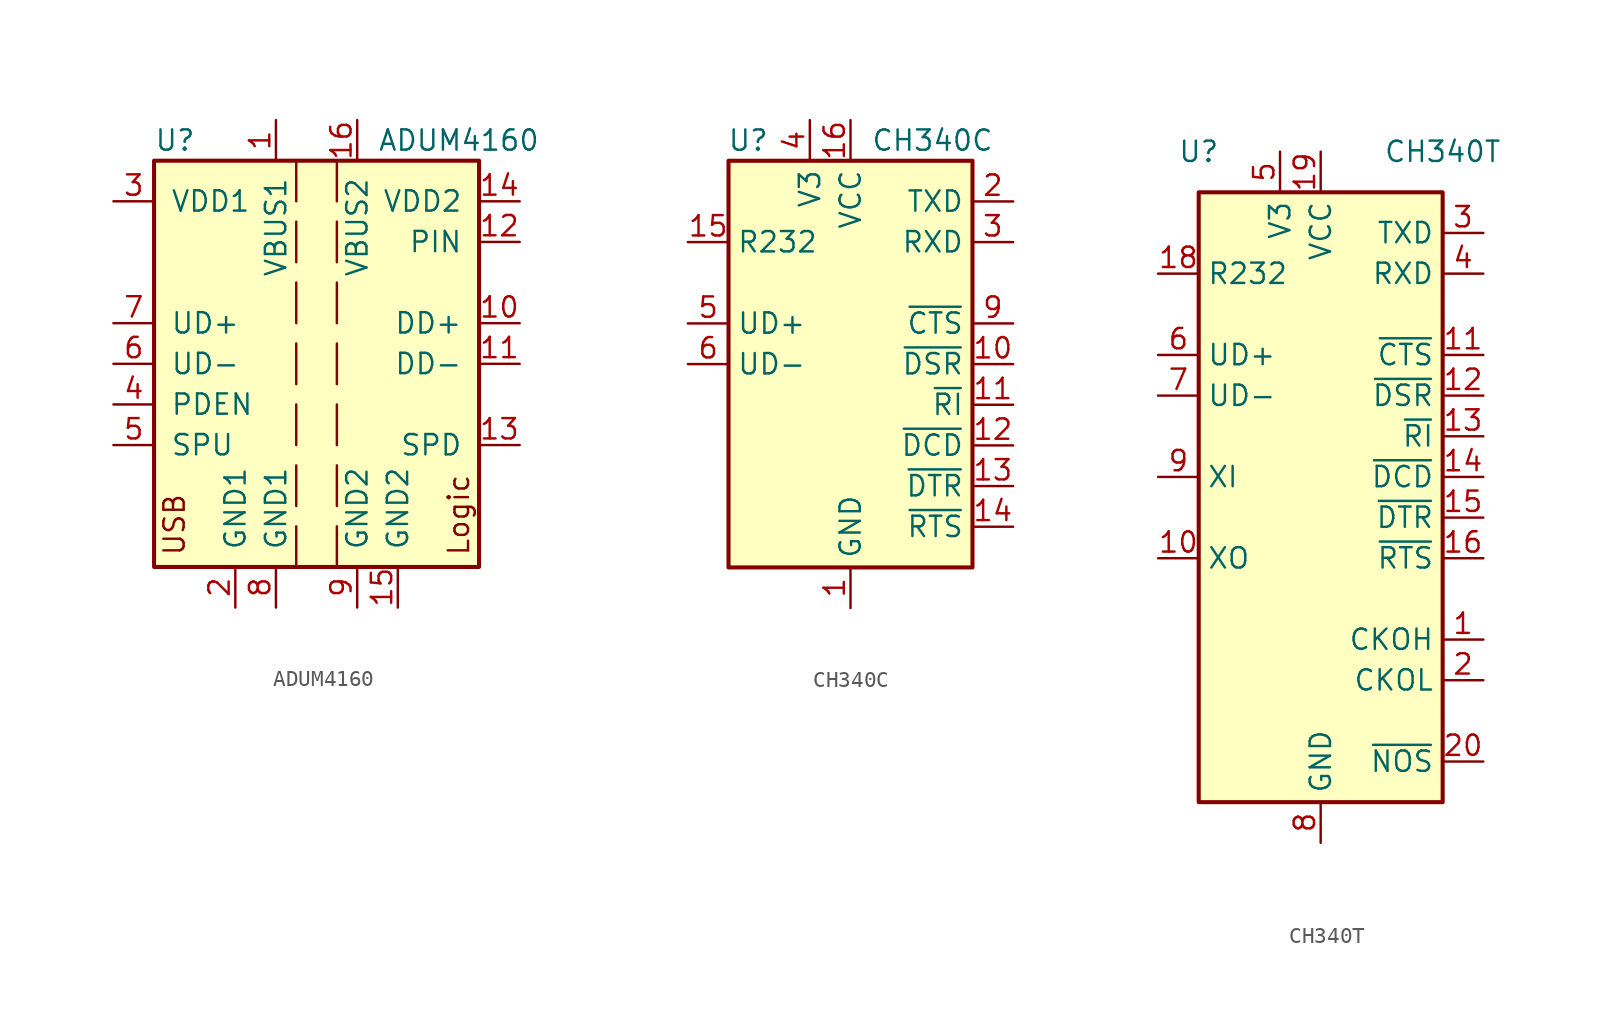
<source format=kicad_sym>
(kicad_symbol_lib
  (version 20200908)
  (generator kicad_symbol_editor)
  (symbol "Interface_USB:ADUM4160"
    (pin_names
      (offset 1.016))
    (property "Reference" "U"
      (at -10.16 13.97 0)
      (effects (font (size 1.27 1.27)) (justify left)))
    (property "Value" "ADUM4160"
      (at 3.81 13.97 0)
      (effects (font (size 1.27 1.27)) (justify left)))
    (symbol "ADUM4160_0_0"
      (text "Logic" (at 8.89 -12.065 900) (effects (font (size 1.27 1.27)) (justify left))))
    (symbol "ADUM4160_1_0"
      (text "USB" (at -8.89 -12.065 900) (effects (font (size 1.27 1.27)) (justify left))))
    (symbol "ADUM4160_0_1"
      (rectangle (start -10.16 12.7) (end 10.16 -12.7) (stroke (width 0.254)) (fill (type background)))
      (polyline (pts (xy -1.27 -10.16) (xy -1.27 -12.7)) (stroke (width 0)) (fill (type none)))
      (polyline (pts (xy -1.27 -6.35) (xy -1.27 -8.89)) (stroke (width 0)) (fill (type none)))
      (polyline (pts (xy -1.27 -2.54) (xy -1.27 -5.08)) (stroke (width 0)) (fill (type none)))
      (polyline (pts (xy -1.27 1.27) (xy -1.27 -1.27)) (stroke (width 0)) (fill (type none)))
      (polyline (pts (xy -1.27 5.08) (xy -1.27 2.54)) (stroke (width 0)) (fill (type none)))
      (polyline (pts (xy -1.27 8.89) (xy -1.27 6.35)) (stroke (width 0)) (fill (type none)))
      (polyline (pts (xy -1.27 12.7) (xy -1.27 10.16)) (stroke (width 0)) (fill (type none)))
      (polyline (pts (xy 1.27 -10.16) (xy 1.27 -12.7)) (stroke (width 0)) (fill (type none)))
      (polyline (pts (xy 1.27 -6.35) (xy 1.27 -8.89)) (stroke (width 0)) (fill (type none)))
      (polyline (pts (xy 1.27 -2.54) (xy 1.27 -5.08)) (stroke (width 0)) (fill (type none)))
      (polyline (pts (xy 1.27 1.27) (xy 1.27 -1.27)) (stroke (width 0)) (fill (type none)))
      (polyline (pts (xy 1.27 5.08) (xy 1.27 2.54)) (stroke (width 0)) (fill (type none)))
      (polyline (pts (xy 1.27 8.89) (xy 1.27 6.35)) (stroke (width 0)) (fill (type none)))
      (polyline (pts (xy 1.27 12.7) (xy 1.27 10.16)) (stroke (width 0)) (fill (type none))))
    (symbol "ADUM4160_1_1"
      (pin power_in line (at -2.54 15.24 270) (length 2.54) (name "VBUS1" (effects (font (size 1.27 1.27)))) (number "1" (effects (font (size 1.27 1.27)))))
      (pin bidirectional line (at 12.7 2.54 180) (length 2.54) (name "DD+" (effects (font (size 1.27 1.27)))) (number "10" (effects (font (size 1.27 1.27)))))
      (pin bidirectional line (at 12.7 0 180) (length 2.54) (name "DD-" (effects (font (size 1.27 1.27)))) (number "11" (effects (font (size 1.27 1.27)))))
      (pin input line (at 12.7 7.62 180) (length 2.54) (name "PIN" (effects (font (size 1.27 1.27)))) (number "12" (effects (font (size 1.27 1.27)))))
      (pin input line (at 12.7 -5.08 180) (length 2.54) (name "SPD" (effects (font (size 1.27 1.27)))) (number "13" (effects (font (size 1.27 1.27)))))
      (pin power_in line (at 12.7 10.16 180) (length 2.54) (name "VDD2" (effects (font (size 1.27 1.27)))) (number "14" (effects (font (size 1.27 1.27)))))
      (pin power_in line (at 5.08 -15.24 90) (length 2.54) (name "GND2" (effects (font (size 1.27 1.27)))) (number "15" (effects (font (size 1.27 1.27)))))
      (pin power_in line (at 2.54 15.24 270) (length 2.54) (name "VBUS2" (effects (font (size 1.27 1.27)))) (number "16" (effects (font (size 1.27 1.27)))))
      (pin power_in line (at -5.08 -15.24 90) (length 2.54) (name "GND1" (effects (font (size 1.27 1.27)))) (number "2" (effects (font (size 1.27 1.27)))))
      (pin power_in line (at -12.7 10.16 0) (length 2.54) (name "VDD1" (effects (font (size 1.27 1.27)))) (number "3" (effects (font (size 1.27 1.27)))))
      (pin input line (at -12.7 -2.54 0) (length 2.54) (name "PDEN" (effects (font (size 1.27 1.27)))) (number "4" (effects (font (size 1.27 1.27)))))
      (pin input line (at -12.7 -5.08 0) (length 2.54) (name "SPU" (effects (font (size 1.27 1.27)))) (number "5" (effects (font (size 1.27 1.27)))))
      (pin bidirectional line (at -12.7 0 0) (length 2.54) (name "UD-" (effects (font (size 1.27 1.27)))) (number "6" (effects (font (size 1.27 1.27)))))
      (pin bidirectional line (at -12.7 2.54 0) (length 2.54) (name "UD+" (effects (font (size 1.27 1.27)))) (number "7" (effects (font (size 1.27 1.27)))))
      (pin power_in line (at -2.54 -15.24 90) (length 2.54) (name "GND1" (effects (font (size 1.27 1.27)))) (number "8" (effects (font (size 1.27 1.27)))))
      (pin power_in line (at 2.54 -15.24 90) (length 2.54) (name "GND2" (effects (font (size 1.27 1.27)))) (number "9" (effects (font (size 1.27 1.27)))))))
  (symbol "Interface_USB:CH340C"
    (property "Reference" "U"
      (at -5.08 13.97 0)
      (effects (font (size 1.27 1.27)) (justify right)))
    (property "Value" "CH340C"
      (at 1.27 13.97 0)
      (effects (font (size 1.27 1.27)) (justify left)))
    (symbol "CH340C_0_1"
      (rectangle (start -7.62 12.7) (end 7.62 -12.7) (stroke (width 0.254)) (fill (type background))))
    (symbol "CH340C_1_1"
      (pin power_in line (at 0 -15.24 90) (length 2.54) (name "GND" (effects (font (size 1.27 1.27)))) (number "1" (effects (font (size 1.27 1.27)))))
      (pin input line (at 10.16 0 180) (length 2.54) (name "~DSR" (effects (font (size 1.27 1.27)))) (number "10" (effects (font (size 1.27 1.27)))))
      (pin input line (at 10.16 -2.54 180) (length 2.54) (name "~RI" (effects (font (size 1.27 1.27)))) (number "11" (effects (font (size 1.27 1.27)))))
      (pin input line (at 10.16 -5.08 180) (length 2.54) (name "~DCD" (effects (font (size 1.27 1.27)))) (number "12" (effects (font (size 1.27 1.27)))))
      (pin output line (at 10.16 -7.62 180) (length 2.54) (name "~DTR" (effects (font (size 1.27 1.27)))) (number "13" (effects (font (size 1.27 1.27)))))
      (pin output line (at 10.16 -10.16 180) (length 2.54) (name "~RTS" (effects (font (size 1.27 1.27)))) (number "14" (effects (font (size 1.27 1.27)))))
      (pin input line (at -10.16 7.62 0) (length 2.54) (name "R232" (effects (font (size 1.27 1.27)))) (number "15" (effects (font (size 1.27 1.27)))))
      (pin power_in line (at 0 15.24 270) (length 2.54) (name "VCC" (effects (font (size 1.27 1.27)))) (number "16" (effects (font (size 1.27 1.27)))))
      (pin output line (at 10.16 10.16 180) (length 2.54) (name "TXD" (effects (font (size 1.27 1.27)))) (number "2" (effects (font (size 1.27 1.27)))))
      (pin input line (at 10.16 7.62 180) (length 2.54) (name "RXD" (effects (font (size 1.27 1.27)))) (number "3" (effects (font (size 1.27 1.27)))))
      (pin passive line (at -2.54 15.24 270) (length 2.54) (name "V3" (effects (font (size 1.27 1.27)))) (number "4" (effects (font (size 1.27 1.27)))))
      (pin bidirectional line (at -10.16 2.54 0) (length 2.54) (name "UD+" (effects (font (size 1.27 1.27)))) (number "5" (effects (font (size 1.27 1.27)))))
      (pin bidirectional line (at -10.16 0 0) (length 2.54) (name "UD-" (effects (font (size 1.27 1.27)))) (number "6" (effects (font (size 1.27 1.27)))))
      (pin unconnected line (at -7.62 -7.62 0) (length 2.54) hide (name "NC" (effects (font (size 1.27 1.27)))) (number "7" (effects (font (size 1.27 1.27)))))
      (pin unconnected line (at -7.62 -10.16 0) (length 2.54) hide (name "NC" (effects (font (size 1.27 1.27)))) (number "8" (effects (font (size 1.27 1.27)))))
      (pin input line (at 10.16 2.54 180) (length 2.54) (name "~CTS" (effects (font (size 1.27 1.27)))) (number "9" (effects (font (size 1.27 1.27)))))))
  (symbol "Interface_USB:CH340T"
    (property "Reference" "U"
      (at -7.62 22.86 0)
      (effects (font (size 1.27 1.27))))
    (property "Value" "CH340T"
      (at 7.62 22.86 0)
      (effects (font (size 1.27 1.27))))
    (symbol "CH340T_1_1"
      (rectangle (start -7.62 20.32) (end 7.62 -17.78) (stroke (width 0.254)) (fill (type background)))
      (pin output line (at 10.16 -7.62 180) (length 2.54) (name "CKOH" (effects (font (size 1.27 1.27)))) (number "1" (effects (font (size 1.27 1.27)))))
      (pin output line (at -10.16 -2.54 0) (length 2.54) (name "XO" (effects (font (size 1.27 1.27)))) (number "10" (effects (font (size 1.27 1.27)))))
      (pin input line (at 10.16 10.16 180) (length 2.54) (name "~CTS" (effects (font (size 1.27 1.27)))) (number "11" (effects (font (size 1.27 1.27)))))
      (pin input line (at 10.16 7.62 180) (length 2.54) (name "~DSR" (effects (font (size 1.27 1.27)))) (number "12" (effects (font (size 1.27 1.27)))))
      (pin input line (at 10.16 5.08 180) (length 2.54) (name "~RI" (effects (font (size 1.27 1.27)))) (number "13" (effects (font (size 1.27 1.27)))))
      (pin input line (at 10.16 2.54 180) (length 2.54) (name "~DCD" (effects (font (size 1.27 1.27)))) (number "14" (effects (font (size 1.27 1.27)))))
      (pin output line (at 10.16 0 180) (length 2.54) (name "~DTR" (effects (font (size 1.27 1.27)))) (number "15" (effects (font (size 1.27 1.27)))))
      (pin output line (at 10.16 -2.54 180) (length 2.54) (name "~RTS" (effects (font (size 1.27 1.27)))) (number "16" (effects (font (size 1.27 1.27)))))
      (pin unconnected line (at -7.62 -7.62 0) (length 2.54) hide (name "NC" (effects (font (size 1.27 1.27)))) (number "17" (effects (font (size 1.27 1.27)))))
      (pin input line (at -10.16 15.24 0) (length 2.54) (name "R232" (effects (font (size 1.27 1.27)))) (number "18" (effects (font (size 1.27 1.27)))))
      (pin power_in line (at 0 22.86 270) (length 2.54) (name "VCC" (effects (font (size 1.27 1.27)))) (number "19" (effects (font (size 1.27 1.27)))))
      (pin output line (at 10.16 -10.16 180) (length 2.54) (name "CKOL" (effects (font (size 1.27 1.27)))) (number "2" (effects (font (size 1.27 1.27)))))
      (pin input line (at 10.16 -15.24 180) (length 2.54) (name "~NOS" (effects (font (size 1.27 1.27)))) (number "20" (effects (font (size 1.27 1.27)))))
      (pin output line (at 10.16 17.78 180) (length 2.54) (name "TXD" (effects (font (size 1.27 1.27)))) (number "3" (effects (font (size 1.27 1.27)))))
      (pin input line (at 10.16 15.24 180) (length 2.54) (name "RXD" (effects (font (size 1.27 1.27)))) (number "4" (effects (font (size 1.27 1.27)))))
      (pin passive line (at -2.54 22.86 270) (length 2.54) (name "V3" (effects (font (size 1.27 1.27)))) (number "5" (effects (font (size 1.27 1.27)))))
      (pin bidirectional line (at -10.16 10.16 0) (length 2.54) (name "UD+" (effects (font (size 1.27 1.27)))) (number "6" (effects (font (size 1.27 1.27)))))
      (pin bidirectional line (at -10.16 7.62 0) (length 2.54) (name "UD-" (effects (font (size 1.27 1.27)))) (number "7" (effects (font (size 1.27 1.27)))))
      (pin power_in line (at 0 -20.32 90) (length 2.54) (name "GND" (effects (font (size 1.27 1.27)))) (number "8" (effects (font (size 1.27 1.27)))))
      (pin input line (at -10.16 2.54 0) (length 2.54) (name "XI" (effects (font (size 1.27 1.27)))) (number "9" (effects (font (size 1.27 1.27))))))))
</source>
